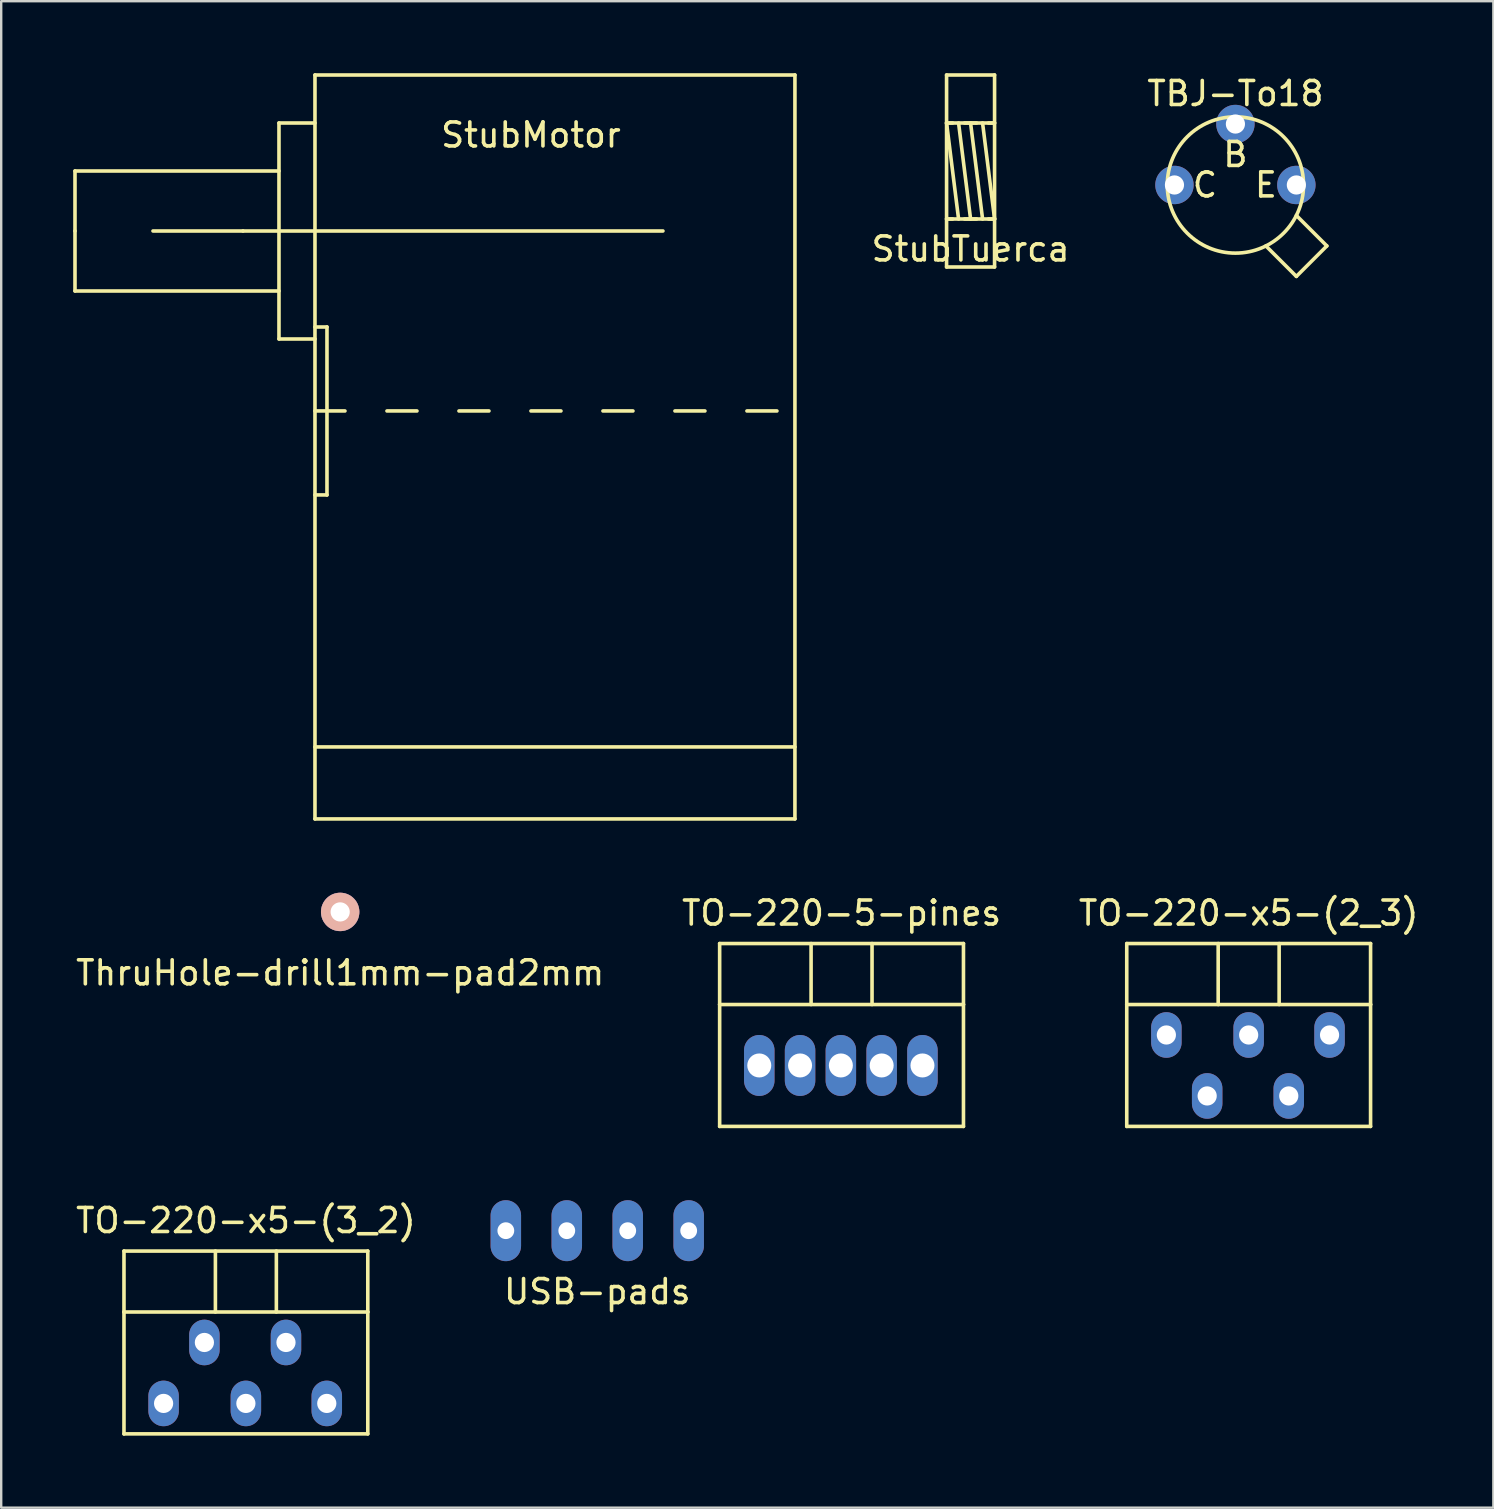
<source format=kicad_pcb>
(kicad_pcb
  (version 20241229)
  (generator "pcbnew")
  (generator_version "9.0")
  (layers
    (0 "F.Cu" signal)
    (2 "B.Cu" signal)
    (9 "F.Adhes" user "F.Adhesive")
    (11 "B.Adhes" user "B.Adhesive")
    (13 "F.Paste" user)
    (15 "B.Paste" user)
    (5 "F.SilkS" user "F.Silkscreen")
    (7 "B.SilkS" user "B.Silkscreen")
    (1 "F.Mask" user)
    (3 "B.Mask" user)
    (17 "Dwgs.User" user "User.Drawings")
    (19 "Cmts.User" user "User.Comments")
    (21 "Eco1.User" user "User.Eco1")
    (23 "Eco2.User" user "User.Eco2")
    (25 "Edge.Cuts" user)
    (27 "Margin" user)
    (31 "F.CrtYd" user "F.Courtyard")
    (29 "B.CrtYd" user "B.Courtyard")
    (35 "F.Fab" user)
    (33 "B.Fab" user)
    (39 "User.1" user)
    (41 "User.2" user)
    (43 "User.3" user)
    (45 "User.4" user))
  (footprint "TBJ-To18"
    (layer "F.Cu")
    (at 48.43 4.658)
    (property "Reference" "TBJ-To18" (at 0 -3.81 0) (layer "F.SilkS") (effects (font (size 1 1) (thickness 0.15))))
    (attr through_hole)
    (fp_line (start 2.54 1.27) (end 3.81 2.54) (stroke (width 0.15) (type solid)) (layer "F.SilkS"))
    (fp_line (start 2.54 3.81) (end 1.27 2.54) (stroke (width 0.15) (type solid)) (layer "F.SilkS"))
    (fp_line (start 3.81 2.54) (end 2.54 3.81) (stroke (width 0.15) (type solid)) (layer "F.SilkS"))
    (fp_circle (center 0 0) (end 2.54 1.27) (stroke (width 0.15) (type solid)) (fill no) (layer "F.SilkS"))
    (fp_text user "B" (at 0 -1.27 0) (layer "F.SilkS") (effects (font (size 1 1) (thickness 0.15))))
    (fp_text user "C" (at -1.27 0 0) (layer "F.SilkS") (effects (font (size 1 1) (thickness 0.15))))
    (fp_text user "E" (at 1.27 0 0) (layer "F.SilkS") (effects (font (size 1 1) (thickness 0.15))))
    (pad "1" thru_hole circle (at 0 -2.54) (size 1.6 1.6) (drill 0.8) (layers "*.Cu" "*.Mask"))
    (pad "2" thru_hole circle (at -2.54 0) (size 1.6 1.6) (drill 0.8) (layers "*.Cu" "*.Mask"))
    (pad "3" thru_hole circle (at 2.54 0) (size 1.6 1.6) (drill 0.8) (layers "*.Cu" "*.Mask")))
  (footprint "TO-220-5-pines"
    (layer "F.Cu")
    (at 32.018 41.348)
    (property "Reference" "TO-220-5-pines" (at 0 -6.35 0) (layer "F.SilkS") (effects (font (size 1 1) (thickness 0.15))))
    (attr through_hole)
    (fp_line (start -5.08 -5.08) (end 5.08 -5.08) (stroke (width 0.15) (type solid)) (layer "F.SilkS"))
    (fp_line (start -5.08 -2.54) (end -5.08 -5.08) (stroke (width 0.15) (type solid)) (layer "F.SilkS"))
    (fp_line (start -5.08 -2.54) (end -5.08 2.54) (stroke (width 0.15) (type solid)) (layer "F.SilkS"))
    (fp_line (start -5.08 2.54) (end 5.08 2.54) (stroke (width 0.15) (type solid)) (layer "F.SilkS"))
    (fp_line (start -1.27 -5.08) (end -1.27 -2.54) (stroke (width 0.15) (type solid)) (layer "F.SilkS"))
    (fp_line (start 1.27 -2.54) (end 1.27 -5.08) (stroke (width 0.15) (type solid)) (layer "F.SilkS"))
    (fp_line (start 5.08 -5.08) (end 5.08 -2.54) (stroke (width 0.15) (type solid)) (layer "F.SilkS"))
    (fp_line (start 5.08 -2.54) (end -5.08 -2.54) (stroke (width 0.15) (type solid)) (layer "F.SilkS"))
    (fp_line (start 5.08 2.54) (end 5.08 -2.54) (stroke (width 0.15) (type solid)) (layer "F.SilkS"))
    (pad "1" thru_hole oval (at -3.429 0) (size 1.27 2.54) (drill 1) (layers "*.Cu" "*.Mask"))
    (pad "2" thru_hole oval (at -1.729 0) (size 1.27 2.54) (drill 1) (layers "*.Cu" "*.Mask"))
    (pad "3" thru_hole oval (at -0.029 0) (size 1.27 2.54) (drill 1) (layers "*.Cu" "*.Mask"))
    (pad "4" thru_hole oval (at 1.671 0) (size 1.27 2.54) (drill 1) (layers "*.Cu" "*.Mask"))
    (pad "5" thru_hole oval (at 3.371 0) (size 1.27 2.54) (drill 1) (layers "*.Cu" "*.Mask")))
  (footprint "USB-pads"
    (layer "F.Cu")
    (at 21.838 48.233)
    (property "Reference" "USB-pads" (at 0 2.54 0) (layer "F.SilkS") (effects (font (size 1 1) (thickness 0.15))))
    (attr through_hole)
    (pad "1" thru_hole oval (at -3.81 0) (size 1.27 2.54) (drill 0.7) (layers "*.Cu" "*.Mask"))
    (pad "2" thru_hole oval (at -1.27 0) (size 1.27 2.54) (drill 0.7) (layers "*.Cu" "*.Mask"))
    (pad "3" thru_hole oval (at 1.27 0) (size 1.27 2.54) (drill 0.7) (layers "*.Cu" "*.Mask"))
    (pad "4" thru_hole oval (at 3.81 0) (size 1.27 2.54) (drill 0.7) (layers "*.Cu" "*.Mask")))
  (footprint "StubMotor"
    (layer "F.Cu")
    (at 10.075 6.575)
    (property "Reference" "StubMotor" (at 9 -4 0) (layer "F.SilkS") (effects (font (size 1 1) (thickness 0.15))))
    (attr through_hole)
    (fp_line (start -10 -2.5) (end -10 0) (stroke (width 0.15) (type solid)) (layer "F.SilkS"))
    (fp_line (start -10 -2.5) (end -1.5 -2.5) (stroke (width 0.15) (type solid)) (layer "F.SilkS"))
    (fp_line (start -10 0) (end -10 2.5) (stroke (width 0.15) (type solid)) (layer "F.SilkS"))
    (fp_line (start -10 2.5) (end -1.5 2.5) (stroke (width 0.15) (type solid)) (layer "F.SilkS"))
    (fp_line (start -3 0) (end -6.75 0) (stroke (width 0.15) (type solid)) (layer "F.SilkS"))
    (fp_line (start -3 0) (end 14.5 0) (stroke (width 0.15) (type solid)) (layer "F.SilkS"))
    (fp_line (start -1.5 -4.5) (end -1.5 4.5) (stroke (width 0.15) (type solid)) (layer "F.SilkS"))
    (fp_line (start -1.5 4.5) (end 0 4.5) (stroke (width 0.15) (type solid)) (layer "F.SilkS"))
    (fp_line (start 0 -6.5) (end 0 24.5) (stroke (width 0.15) (type solid)) (layer "F.SilkS"))
    (fp_line (start 0 -6.5) (end 20 -6.5) (stroke (width 0.15) (type solid)) (layer "F.SilkS"))
    (fp_line (start 0 -4.5) (end -1.5 -4.5) (stroke (width 0.15) (type solid)) (layer "F.SilkS"))
    (fp_line (start 0 4) (end 0.5 4) (stroke (width 0.15) (type solid)) (layer "F.SilkS"))
    (fp_line (start 0 7.5) (end 1.25 7.5) (stroke (width 0.15) (type solid)) (layer "F.SilkS"))
    (fp_line (start 0 21.5) (end 20 21.5) (stroke (width 0.15) (type solid)) (layer "F.SilkS"))
    (fp_line (start 0 24.5) (end 20 24.5) (stroke (width 0.15) (type solid)) (layer "F.SilkS"))
    (fp_line (start 0.5 4) (end 0.5 11) (stroke (width 0.15) (type solid)) (layer "F.SilkS"))
    (fp_line (start 0.5 11) (end 0 11) (stroke (width 0.15) (type solid)) (layer "F.SilkS"))
    (fp_line (start 3 7.5) (end 4.25 7.5) (stroke (width 0.15) (type solid)) (layer "F.SilkS"))
    (fp_line (start 6 7.5) (end 7.25 7.5) (stroke (width 0.15) (type solid)) (layer "F.SilkS"))
    (fp_line (start 9 7.5) (end 10.25 7.5) (stroke (width 0.15) (type solid)) (layer "F.SilkS"))
    (fp_line (start 12 7.5) (end 13.25 7.5) (stroke (width 0.15) (type solid)) (layer "F.SilkS"))
    (fp_line (start 15 7.5) (end 16.25 7.5) (stroke (width 0.15) (type solid)) (layer "F.SilkS"))
    (fp_line (start 18 7.5) (end 19.25 7.5) (stroke (width 0.15) (type solid)) (layer "F.SilkS"))
    (fp_line (start 20 -6.5) (end 20 24.5) (stroke (width 0.15) (type solid)) (layer "F.SilkS")))
  (footprint "ThruHole-drill1mm-pad2mm"
    (layer "F.Cu")
    (at 11.125 34.95)
    (property "Reference" "ThruHole-drill1mm-pad2mm" (at 0 2.54 0) (layer "F.SilkS") (effects (font (size 1 1) (thickness 0.15))))
    (attr through_hole)
    (pad "1" thru_hole circle (at 0 0) (size 1.6 1.6) (drill 0.8) (layers "*.Cu" "B.Mask" "B.SilkS")))
  (footprint "TO-220-x5-(3_2)"
    (layer "F.Cu")
    (at 7.196 54.161)
    (property "Reference" "TO-220-x5-(3_2)" (at 0 -6.35 0) (layer "F.SilkS") (effects (font (size 1 1) (thickness 0.15))))
    (attr through_hole)
    (fp_line (start -5.08 -5.08) (end 5.08 -5.08) (stroke (width 0.15) (type solid)) (layer "F.SilkS"))
    (fp_line (start -5.08 -2.54) (end -5.08 -5.08) (stroke (width 0.15) (type solid)) (layer "F.SilkS"))
    (fp_line (start -5.08 -2.54) (end -5.08 2.54) (stroke (width 0.15) (type solid)) (layer "F.SilkS"))
    (fp_line (start -5.08 2.54) (end 5.08 2.54) (stroke (width 0.15) (type solid)) (layer "F.SilkS"))
    (fp_line (start -1.27 -5.08) (end -1.27 -2.54) (stroke (width 0.15) (type solid)) (layer "F.SilkS"))
    (fp_line (start 1.27 -2.54) (end 1.27 -5.08) (stroke (width 0.15) (type solid)) (layer "F.SilkS"))
    (fp_line (start 5.08 -5.08) (end 5.08 -2.54) (stroke (width 0.15) (type solid)) (layer "F.SilkS"))
    (fp_line (start 5.08 -2.54) (end -5.08 -2.54) (stroke (width 0.15) (type solid)) (layer "F.SilkS"))
    (fp_line (start 5.08 2.54) (end 5.08 -2.54) (stroke (width 0.15) (type solid)) (layer "F.SilkS"))
    (pad "1" thru_hole oval (at -3.429 1.27) (size 1.27 1.9) (drill 0.8) (layers "*.Cu" "*.Mask"))
    (pad "2" thru_hole oval (at -1.729 -1.27) (size 1.27 1.9) (drill 0.8) (layers "*.Cu" "*.Mask"))
    (pad "3" thru_hole oval (at 0 1.27) (size 1.27 1.9) (drill 0.8) (layers "*.Cu" "*.Mask"))
    (pad "4" thru_hole oval (at 1.671 -1.27) (size 1.27 1.9) (drill 0.8) (layers "*.Cu" "*.Mask"))
    (pad "5" thru_hole oval (at 3.371 1.27) (size 1.27 1.9) (drill 0.8) (layers "*.Cu" "*.Mask")))
  (footprint "TO-220-x5-(2_3)"
    (layer "F.Cu")
    (at 48.982 41.348)
    (property "Reference" "TO-220-x5-(2_3)" (at 0 -6.35 0) (layer "F.SilkS") (effects (font (size 1 1) (thickness 0.15))))
    (attr through_hole)
    (fp_line (start -5.08 -5.08) (end 5.08 -5.08) (stroke (width 0.15) (type solid)) (layer "F.SilkS"))
    (fp_line (start -5.08 -2.54) (end -5.08 -5.08) (stroke (width 0.15) (type solid)) (layer "F.SilkS"))
    (fp_line (start -5.08 -2.54) (end -5.08 2.54) (stroke (width 0.15) (type solid)) (layer "F.SilkS"))
    (fp_line (start -5.08 2.54) (end 5.08 2.54) (stroke (width 0.15) (type solid)) (layer "F.SilkS"))
    (fp_line (start -1.27 -5.08) (end -1.27 -2.54) (stroke (width 0.15) (type solid)) (layer "F.SilkS"))
    (fp_line (start 1.27 -2.54) (end 1.27 -5.08) (stroke (width 0.15) (type solid)) (layer "F.SilkS"))
    (fp_line (start 5.08 -5.08) (end 5.08 -2.54) (stroke (width 0.15) (type solid)) (layer "F.SilkS"))
    (fp_line (start 5.08 -2.54) (end -5.08 -2.54) (stroke (width 0.15) (type solid)) (layer "F.SilkS"))
    (fp_line (start 5.08 2.54) (end 5.08 -2.54) (stroke (width 0.15) (type solid)) (layer "F.SilkS"))
    (pad "1" thru_hole oval (at -3.429 -1.27) (size 1.27 1.9) (drill 0.8) (layers "*.Cu" "*.Mask"))
    (pad "2" thru_hole oval (at -1.729 1.27) (size 1.27 1.9) (drill 0.8) (layers "*.Cu" "*.Mask"))
    (pad "3" thru_hole oval (at 0 -1.27) (size 1.27 1.9) (drill 0.8) (layers "*.Cu" "*.Mask"))
    (pad "4" thru_hole oval (at 1.671 1.27) (size 1.27 1.9) (drill 0.8) (layers "*.Cu" "*.Mask"))
    (pad "5" thru_hole oval (at 3.371 -1.27) (size 1.27 1.9) (drill 0.8) (layers "*.Cu" "*.Mask")))
  (footprint "StubTuerca"
    (layer "F.Cu")
    (at 36.394 4.075)
    (property "Reference" "StubTuerca" (at 1 3.25 0) (layer "F.SilkS") (effects (font (size 1 1) (thickness 0.15))))
    (attr through_hole)
    (fp_line (start 0 -4) (end 0 4) (stroke (width 0.15) (type solid)) (layer "F.SilkS"))
    (fp_line (start 0 -2) (end 0.25 -2) (stroke (width 0.15) (type solid)) (layer "F.SilkS"))
    (fp_line (start 0 -2) (end 0.5 2) (stroke (width 0.15) (type solid)) (layer "F.SilkS"))
    (fp_line (start 0 -2) (end 2 -2) (stroke (width 0.15) (type solid)) (layer "F.SilkS"))
    (fp_line (start 0 2) (end 0.25 2) (stroke (width 0.15) (type solid)) (layer "F.SilkS"))
    (fp_line (start 0 2) (end 2 2) (stroke (width 0.15) (type solid)) (layer "F.SilkS"))
    (fp_line (start 0 4) (end 2 4) (stroke (width 0.15) (type solid)) (layer "F.SilkS"))
    (fp_line (start 0.5 -2) (end 1 2) (stroke (width 0.15) (type solid)) (layer "F.SilkS"))
    (fp_line (start 0.75 -2) (end 1.25 -2) (stroke (width 0.15) (type solid)) (layer "F.SilkS"))
    (fp_line (start 0.75 2) (end 1.25 2) (stroke (width 0.15) (type solid)) (layer "F.SilkS"))
    (fp_line (start 1 -2) (end 1.5 2) (stroke (width 0.15) (type solid)) (layer "F.SilkS"))
    (fp_line (start 1.5 -2) (end 2 2) (stroke (width 0.15) (type solid)) (layer "F.SilkS"))
    (fp_line (start 1.75 -2) (end 2 -2) (stroke (width 0.15) (type solid)) (layer "F.SilkS"))
    (fp_line (start 1.75 2) (end 2 2) (stroke (width 0.15) (type solid)) (layer "F.SilkS"))
    (fp_line (start 2 -4) (end 0 -4) (stroke (width 0.15) (type solid)) (layer "F.SilkS"))
    (fp_line (start 2 4) (end 2 -4) (stroke (width 0.15) (type solid)) (layer "F.SilkS")))
  (gr_rect
    (start -3 -3)
    (end 59.179 59.776)
    (stroke (width 0.1) (type default))
    (fill no)
    (layer "Edge.Cuts")))
</source>
